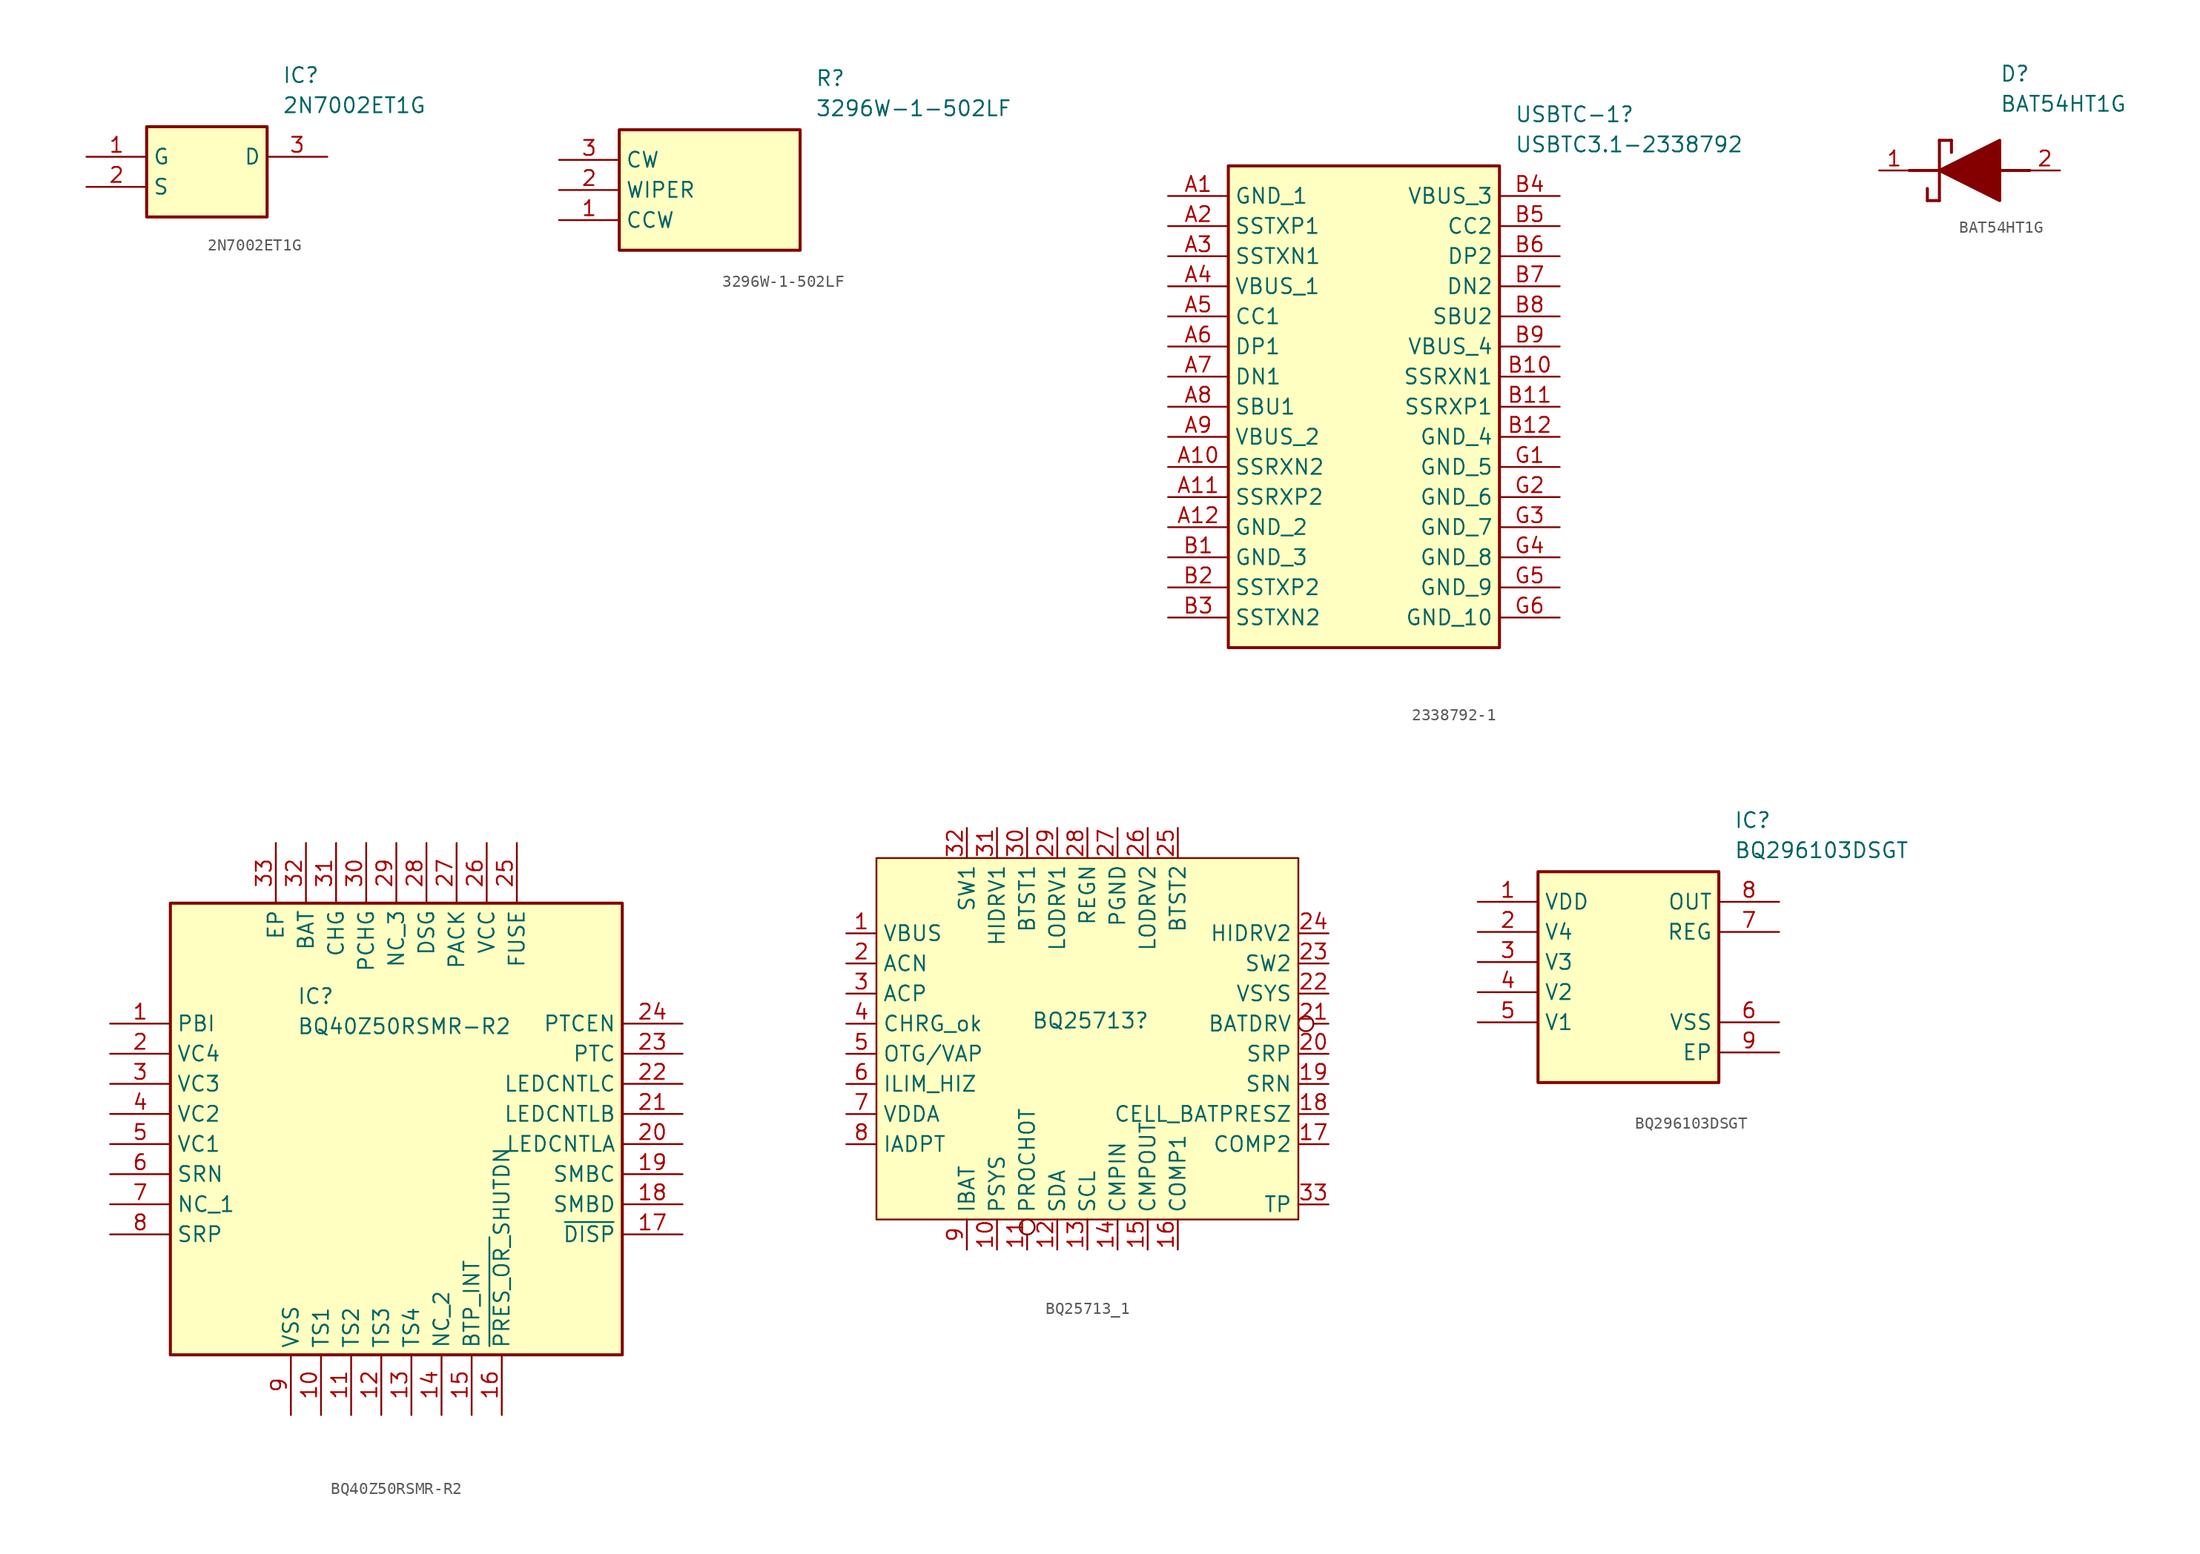
<source format=kicad_sym>
(kicad_symbol_lib
  (version 20241209)
  (generator "kicad_symbol_editor")
  (generator_version "9.0")
  (symbol "2N7002ET1G"
    (property "Reference" "IC"
      (at 16.51 7.62 0)
      (effects (font (size 1.27 1.27)) (justify left top)))
    (property "Value" "2N7002ET1G"
      (at 16.51 5.08 0)
      (effects (font (size 1.27 1.27)) (justify left top)))
    (symbol "2N7002ET1G_1_1"
      (rectangle (start 5.08 2.54) (end 15.24 -5.08) (stroke (width 0.254) (type default)) (fill (type background)))
      (pin passive line (at 0 0 0) (length 5.08) (name "G" (effects (font (size 1.27 1.27)))) (number "1" (effects (font (size 1.27 1.27)))))
      (pin passive line (at 0 -2.54 0) (length 5.08) (name "S" (effects (font (size 1.27 1.27)))) (number "2" (effects (font (size 1.27 1.27)))))
      (pin passive line (at 20.32 0 180) (length 5.08) (name "D" (effects (font (size 1.27 1.27)))) (number "3" (effects (font (size 1.27 1.27)))))))
  (symbol "3296W-1-502LF"
    (property "Reference" "R"
      (at 21.59 7.62 0)
      (effects (font (size 1.27 1.27)) (justify left top)))
    (property "Value" "3296W-1-502LF"
      (at 21.59 5.08 0)
      (effects (font (size 1.27 1.27)) (justify left top)))
    (symbol "3296W-1-502LF_1_1"
      (rectangle (start 5.08 2.54) (end 20.32 -7.62) (stroke (width 0.254) (type default)) (fill (type background)))
      (pin passive line (at 0 0 0) (length 5.08) (name "CW" (effects (font (size 1.27 1.27)))) (number "3" (effects (font (size 1.27 1.27)))))
      (pin passive line (at 0 -2.54 0) (length 5.08) (name "WIPER" (effects (font (size 1.27 1.27)))) (number "2" (effects (font (size 1.27 1.27)))))
      (pin passive line (at 0 -5.08 0) (length 5.08) (name "CCW" (effects (font (size 1.27 1.27)))) (number "1" (effects (font (size 1.27 1.27)))))))
  (symbol "2338792-1"
    (property "Reference" "USBTC-1"
      (at 29.21 7.62 0)
      (effects (font (size 1.27 1.27)) (justify left top)))
    (property "Value" "USBTC3.1-2338792"
      (at 29.21 5.08 0)
      (effects (font (size 1.27 1.27)) (justify left top)))
    (symbol "2338792-1_1_1"
      (rectangle (start 5.08 2.54) (end 27.94 -38.1) (stroke (width 0.254) (type default)) (fill (type background)))
      (pin passive line (at 0 0 0) (length 5.08) (name "GND_1" (effects (font (size 1.27 1.27)))) (number "A1" (effects (font (size 1.27 1.27)))))
      (pin passive line (at 0 -2.54 0) (length 5.08) (name "SSTXP1" (effects (font (size 1.27 1.27)))) (number "A2" (effects (font (size 1.27 1.27)))))
      (pin passive line (at 0 -5.08 0) (length 5.08) (name "SSTXN1" (effects (font (size 1.27 1.27)))) (number "A3" (effects (font (size 1.27 1.27)))))
      (pin passive line (at 0 -7.62 0) (length 5.08) (name "VBUS_1" (effects (font (size 1.27 1.27)))) (number "A4" (effects (font (size 1.27 1.27)))))
      (pin passive line (at 0 -10.16 0) (length 5.08) (name "CC1" (effects (font (size 1.27 1.27)))) (number "A5" (effects (font (size 1.27 1.27)))))
      (pin passive line (at 0 -12.7 0) (length 5.08) (name "DP1" (effects (font (size 1.27 1.27)))) (number "A6" (effects (font (size 1.27 1.27)))))
      (pin passive line (at 0 -15.24 0) (length 5.08) (name "DN1" (effects (font (size 1.27 1.27)))) (number "A7" (effects (font (size 1.27 1.27)))))
      (pin passive line (at 0 -17.78 0) (length 5.08) (name "SBU1" (effects (font (size 1.27 1.27)))) (number "A8" (effects (font (size 1.27 1.27)))))
      (pin passive line (at 0 -20.32 0) (length 5.08) (name "VBUS_2" (effects (font (size 1.27 1.27)))) (number "A9" (effects (font (size 1.27 1.27)))))
      (pin passive line (at 0 -22.86 0) (length 5.08) (name "SSRXN2" (effects (font (size 1.27 1.27)))) (number "A10" (effects (font (size 1.27 1.27)))))
      (pin passive line (at 0 -25.4 0) (length 5.08) (name "SSRXP2" (effects (font (size 1.27 1.27)))) (number "A11" (effects (font (size 1.27 1.27)))))
      (pin passive line (at 0 -27.94 0) (length 5.08) (name "GND_2" (effects (font (size 1.27 1.27)))) (number "A12" (effects (font (size 1.27 1.27)))))
      (pin passive line (at 0 -30.48 0) (length 5.08) (name "GND_3" (effects (font (size 1.27 1.27)))) (number "B1" (effects (font (size 1.27 1.27)))))
      (pin passive line (at 0 -33.02 0) (length 5.08) (name "SSTXP2" (effects (font (size 1.27 1.27)))) (number "B2" (effects (font (size 1.27 1.27)))))
      (pin passive line (at 0 -35.56 0) (length 5.08) (name "SSTXN2" (effects (font (size 1.27 1.27)))) (number "B3" (effects (font (size 1.27 1.27)))))
      (pin passive line (at 33.02 0 180) (length 5.08) (name "VBUS_3" (effects (font (size 1.27 1.27)))) (number "B4" (effects (font (size 1.27 1.27)))))
      (pin passive line (at 33.02 -2.54 180) (length 5.08) (name "CC2" (effects (font (size 1.27 1.27)))) (number "B5" (effects (font (size 1.27 1.27)))))
      (pin passive line (at 33.02 -5.08 180) (length 5.08) (name "DP2" (effects (font (size 1.27 1.27)))) (number "B6" (effects (font (size 1.27 1.27)))))
      (pin passive line (at 33.02 -7.62 180) (length 5.08) (name "DN2" (effects (font (size 1.27 1.27)))) (number "B7" (effects (font (size 1.27 1.27)))))
      (pin passive line (at 33.02 -10.16 180) (length 5.08) (name "SBU2" (effects (font (size 1.27 1.27)))) (number "B8" (effects (font (size 1.27 1.27)))))
      (pin passive line (at 33.02 -12.7 180) (length 5.08) (name "VBUS_4" (effects (font (size 1.27 1.27)))) (number "B9" (effects (font (size 1.27 1.27)))))
      (pin passive line (at 33.02 -15.24 180) (length 5.08) (name "SSRXN1" (effects (font (size 1.27 1.27)))) (number "B10" (effects (font (size 1.27 1.27)))))
      (pin passive line (at 33.02 -17.78 180) (length 5.08) (name "SSRXP1" (effects (font (size 1.27 1.27)))) (number "B11" (effects (font (size 1.27 1.27)))))
      (pin passive line (at 33.02 -20.32 180) (length 5.08) (name "GND_4" (effects (font (size 1.27 1.27)))) (number "B12" (effects (font (size 1.27 1.27)))))
      (pin passive line (at 33.02 -22.86 180) (length 5.08) (name "GND_5" (effects (font (size 1.27 1.27)))) (number "G1" (effects (font (size 1.27 1.27)))))
      (pin passive line (at 33.02 -25.4 180) (length 5.08) (name "GND_6" (effects (font (size 1.27 1.27)))) (number "G2" (effects (font (size 1.27 1.27)))))
      (pin passive line (at 33.02 -27.94 180) (length 5.08) (name "GND_7" (effects (font (size 1.27 1.27)))) (number "G3" (effects (font (size 1.27 1.27)))))
      (pin passive line (at 33.02 -30.48 180) (length 5.08) (name "GND_8" (effects (font (size 1.27 1.27)))) (number "G4" (effects (font (size 1.27 1.27)))))
      (pin passive line (at 33.02 -33.02 180) (length 5.08) (name "GND_9" (effects (font (size 1.27 1.27)))) (number "G5" (effects (font (size 1.27 1.27)))))
      (pin passive line (at 33.02 -35.56 180) (length 5.08) (name "GND_10" (effects (font (size 1.27 1.27)))) (number "G6" (effects (font (size 1.27 1.27)))))))
  (symbol "BAT54HT1G"
    (pin_names
      (hide yes))
    (property "Reference" "D"
      (at 12.7 8.89 0)
      (effects (font (size 1.27 1.27)) (justify left top)))
    (property "Value" "BAT54HT1G"
      (at 12.7 6.35 0)
      (effects (font (size 1.27 1.27)) (justify left top)))
    (symbol "BAT54HT1G_1_1"
      (polyline (pts (xy 5.08 0) (xy 7.62 0)) (stroke (width 0.254) (type default)) (fill (type none)))
      (polyline (pts (xy 6.604 -1.524) (xy 6.604 -2.54)) (stroke (width 0.254) (type default)) (fill (type none)))
      (polyline (pts (xy 7.62 2.54) (xy 7.62 -2.54)) (stroke (width 0.254) (type default)) (fill (type none)))
      (polyline (pts (xy 7.62 2.54) (xy 8.636 2.54)) (stroke (width 0.254) (type default)) (fill (type none)))
      (polyline (pts (xy 7.62 0) (xy 12.7 2.54) (xy 12.7 -2.54) (xy 7.62 0)) (stroke (width 0.254) (type default)) (fill (type outline)))
      (polyline (pts (xy 7.62 -2.54) (xy 6.604 -2.54)) (stroke (width 0.254) (type default)) (fill (type none)))
      (polyline (pts (xy 8.636 1.524) (xy 8.636 2.54)) (stroke (width 0.254) (type default)) (fill (type none)))
      (polyline (pts (xy 12.7 0) (xy 15.24 0)) (stroke (width 0.254) (type default)) (fill (type none)))
      (pin passive line (at 2.54 0 0) (length 2.54) (name "K" (effects (font (size 1.27 1.27)))) (number "1" (effects (font (size 1.27 1.27)))))
      (pin passive line (at 17.78 0 180) (length 2.54) (name "A" (effects (font (size 1.27 1.27)))) (number "2" (effects (font (size 1.27 1.27)))))))
  (symbol "BQ40Z50RSMR-R2"
    (property "Reference" "IC"
      (at -8.382 10.668 0)
      (effects (font (size 1.27 1.27)) (justify left top)))
    (property "Value" "BQ40Z50RSMR-R2"
      (at -8.382 8.128 0)
      (effects (font (size 1.27 1.27)) (justify left top)))
    (symbol "BQ40Z50RSMR-R2_1_1"
      (rectangle (start -19.05 17.78) (end 19.05 -20.32) (stroke (width 0.254) (type default)) (fill (type background)))
      (pin passive line (at -24.13 7.62 0) (length 5.08) (name "PBI" (effects (font (size 1.27 1.27)))) (number "1" (effects (font (size 1.27 1.27)))))
      (pin passive line (at -24.13 5.08 0) (length 5.08) (name "VC4" (effects (font (size 1.27 1.27)))) (number "2" (effects (font (size 1.27 1.27)))))
      (pin passive line (at -24.13 2.54 0) (length 5.08) (name "VC3" (effects (font (size 1.27 1.27)))) (number "3" (effects (font (size 1.27 1.27)))))
      (pin passive line (at -24.13 0 0) (length 5.08) (name "VC2" (effects (font (size 1.27 1.27)))) (number "4" (effects (font (size 1.27 1.27)))))
      (pin passive line (at -24.13 -2.54 0) (length 5.08) (name "VC1" (effects (font (size 1.27 1.27)))) (number "5" (effects (font (size 1.27 1.27)))))
      (pin passive line (at -24.13 -5.08 0) (length 5.08) (name "SRN" (effects (font (size 1.27 1.27)))) (number "6" (effects (font (size 1.27 1.27)))))
      (pin passive line (at -24.13 -7.62 0) (length 5.08) (name "NC_1" (effects (font (size 1.27 1.27)))) (number "7" (effects (font (size 1.27 1.27)))))
      (pin passive line (at -24.13 -10.16 0) (length 5.08) (name "SRP" (effects (font (size 1.27 1.27)))) (number "8" (effects (font (size 1.27 1.27)))))
      (pin passive line (at -10.16 22.86 270) (length 5.08) (name "EP" (effects (font (size 1.27 1.27)))) (number "33" (effects (font (size 1.27 1.27)))))
      (pin passive line (at -8.89 -25.4 90) (length 5.08) (name "VSS" (effects (font (size 1.27 1.27)))) (number "9" (effects (font (size 1.27 1.27)))))
      (pin passive line (at -7.62 22.86 270) (length 5.08) (name "BAT" (effects (font (size 1.27 1.27)))) (number "32" (effects (font (size 1.27 1.27)))))
      (pin passive line (at -6.35 -25.4 90) (length 5.08) (name "TS1" (effects (font (size 1.27 1.27)))) (number "10" (effects (font (size 1.27 1.27)))))
      (pin passive line (at -5.08 22.86 270) (length 5.08) (name "CHG" (effects (font (size 1.27 1.27)))) (number "31" (effects (font (size 1.27 1.27)))))
      (pin passive line (at -3.81 -25.4 90) (length 5.08) (name "TS2" (effects (font (size 1.27 1.27)))) (number "11" (effects (font (size 1.27 1.27)))))
      (pin passive line (at -2.54 22.86 270) (length 5.08) (name "PCHG" (effects (font (size 1.27 1.27)))) (number "30" (effects (font (size 1.27 1.27)))))
      (pin passive line (at -1.27 -25.4 90) (length 5.08) (name "TS3" (effects (font (size 1.27 1.27)))) (number "12" (effects (font (size 1.27 1.27)))))
      (pin passive line (at 0 22.86 270) (length 5.08) (name "NC_3" (effects (font (size 1.27 1.27)))) (number "29" (effects (font (size 1.27 1.27)))))
      (pin passive line (at 1.27 -25.4 90) (length 5.08) (name "TS4" (effects (font (size 1.27 1.27)))) (number "13" (effects (font (size 1.27 1.27)))))
      (pin passive line (at 2.54 22.86 270) (length 5.08) (name "DSG" (effects (font (size 1.27 1.27)))) (number "28" (effects (font (size 1.27 1.27)))))
      (pin passive line (at 3.81 -25.4 90) (length 5.08) (name "NC_2" (effects (font (size 1.27 1.27)))) (number "14" (effects (font (size 1.27 1.27)))))
      (pin passive line (at 5.08 22.86 270) (length 5.08) (name "PACK" (effects (font (size 1.27 1.27)))) (number "27" (effects (font (size 1.27 1.27)))))
      (pin passive line (at 6.35 -25.4 90) (length 5.08) (name "BTP_INT" (effects (font (size 1.27 1.27)))) (number "15" (effects (font (size 1.27 1.27)))))
      (pin passive line (at 7.62 22.86 270) (length 5.08) (name "VCC" (effects (font (size 1.27 1.27)))) (number "26" (effects (font (size 1.27 1.27)))))
      (pin passive line (at 8.89 -25.4 90) (length 5.08) (name "~{PRES_OR_}SHUTDN" (effects (font (size 1.27 1.27)))) (number "16" (effects (font (size 1.27 1.27)))))
      (pin passive line (at 10.16 22.86 270) (length 5.08) (name "FUSE" (effects (font (size 1.27 1.27)))) (number "25" (effects (font (size 1.27 1.27)))))
      (pin passive line (at 24.13 7.62 180) (length 5.08) (name "PTCEN" (effects (font (size 1.27 1.27)))) (number "24" (effects (font (size 1.27 1.27)))))
      (pin passive line (at 24.13 5.08 180) (length 5.08) (name "PTC" (effects (font (size 1.27 1.27)))) (number "23" (effects (font (size 1.27 1.27)))))
      (pin passive line (at 24.13 2.54 180) (length 5.08) (name "LEDCNTLC" (effects (font (size 1.27 1.27)))) (number "22" (effects (font (size 1.27 1.27)))))
      (pin passive line (at 24.13 0 180) (length 5.08) (name "LEDCNTLB" (effects (font (size 1.27 1.27)))) (number "21" (effects (font (size 1.27 1.27)))))
      (pin passive line (at 24.13 -2.54 180) (length 5.08) (name "LEDCNTLA" (effects (font (size 1.27 1.27)))) (number "20" (effects (font (size 1.27 1.27)))))
      (pin passive line (at 24.13 -5.08 180) (length 5.08) (name "SMBC" (effects (font (size 1.27 1.27)))) (number "19" (effects (font (size 1.27 1.27)))))
      (pin passive line (at 24.13 -7.62 180) (length 5.08) (name "SMBD" (effects (font (size 1.27 1.27)))) (number "18" (effects (font (size 1.27 1.27)))))
      (pin passive line (at 24.13 -10.16 180) (length 5.08) (name "~{DISP}" (effects (font (size 1.27 1.27)))) (number "17" (effects (font (size 1.27 1.27)))))))
  (symbol "BQ25713_1"
    (property "Reference" "BQ25713"
      (at 1.524 1.524 0)
      (effects (font (size 1.27 1.27))))
    (property "Value" ""
      (at 0 0 0)
      (effects (font (size 1.27 1.27))))
    (symbol "BQ25713_1_1_1"
      (rectangle (start -16.51 15.24) (end 19.05 -15.24) (stroke (width 0) (type solid)) (fill (type background)))
      (pin input line (at -19.05 8.89 0) (length 2.54) (name "VBUS" (effects (font (size 1.27 1.27)))) (number "1" (effects (font (size 1.27 1.27)))))
      (pin input line (at -19.05 6.35 0) (length 2.54) (name "ACN" (effects (font (size 1.27 1.27)))) (number "2" (effects (font (size 1.27 1.27)))))
      (pin input line (at -19.05 3.81 0) (length 2.54) (name "ACP" (effects (font (size 1.27 1.27)))) (number "3" (effects (font (size 1.27 1.27)))))
      (pin input line (at -19.05 1.27 0) (length 2.54) (name "CHRG_ok" (effects (font (size 1.27 1.27)))) (number "4" (effects (font (size 1.27 1.27)))))
      (pin input line (at -19.05 -1.27 0) (length 2.54) (name "OTG/VAP" (effects (font (size 1.27 1.27)))) (number "5" (effects (font (size 1.27 1.27)))))
      (pin input line (at -19.05 -3.81 0) (length 2.54) (name "ILIM_HIZ" (effects (font (size 1.27 1.27)))) (number "6" (effects (font (size 1.27 1.27)))))
      (pin input line (at -19.05 -6.35 0) (length 2.54) (name "VDDA" (effects (font (size 1.27 1.27)))) (number "7" (effects (font (size 1.27 1.27)))))
      (pin input line (at -19.05 -8.89 0) (length 2.54) (name "IADPT" (effects (font (size 1.27 1.27)))) (number "8" (effects (font (size 1.27 1.27)))))
      (pin input line (at -8.89 17.78 270) (length 2.54) (name "SW1" (effects (font (size 1.27 1.27)))) (number "32" (effects (font (size 1.27 1.27)))))
      (pin input line (at -8.89 -17.78 90) (length 2.54) (name "IBAT" (effects (font (size 1.27 1.27)))) (number "9" (effects (font (size 1.27 1.27)))))
      (pin input line (at -6.35 17.78 270) (length 2.54) (name "HIDRV1" (effects (font (size 1.27 1.27)))) (number "31" (effects (font (size 1.27 1.27)))))
      (pin input line (at -6.35 -17.78 90) (length 2.54) (name "PSYS" (effects (font (size 1.27 1.27)))) (number "10" (effects (font (size 1.27 1.27)))))
      (pin input line (at -3.81 17.78 270) (length 2.54) (name "BTST1" (effects (font (size 1.27 1.27)))) (number "30" (effects (font (size 1.27 1.27)))))
      (pin input inverted (at -3.81 -17.78 90) (length 2.54) (name "PROCHOT" (effects (font (size 1.27 1.27)))) (number "11" (effects (font (size 1.27 1.27)))))
      (pin input line (at -1.27 17.78 270) (length 2.54) (name "LODRV1" (effects (font (size 1.27 1.27)))) (number "29" (effects (font (size 1.27 1.27)))))
      (pin input line (at -1.27 -17.78 90) (length 2.54) (name "SDA" (effects (font (size 1.27 1.27)))) (number "12" (effects (font (size 1.27 1.27)))))
      (pin input line (at 1.27 17.78 270) (length 2.54) (name "REGN" (effects (font (size 1.27 1.27)))) (number "28" (effects (font (size 1.27 1.27)))))
      (pin input line (at 1.27 -17.78 90) (length 2.54) (name "SCL" (effects (font (size 1.27 1.27)))) (number "13" (effects (font (size 1.27 1.27)))))
      (pin input line (at 3.81 17.78 270) (length 2.54) (name "PGND" (effects (font (size 1.27 1.27)))) (number "27" (effects (font (size 1.27 1.27)))))
      (pin input line (at 3.81 -17.78 90) (length 2.54) (name "CMPIN" (effects (font (size 1.27 1.27)))) (number "14" (effects (font (size 1.27 1.27)))))
      (pin input line (at 6.35 17.78 270) (length 2.54) (name "LODRV2" (effects (font (size 1.27 1.27)))) (number "26" (effects (font (size 1.27 1.27)))))
      (pin input line (at 6.35 -17.78 90) (length 2.54) (name "CMPOUT" (effects (font (size 1.27 1.27)))) (number "15" (effects (font (size 1.27 1.27)))))
      (pin input line (at 8.89 17.78 270) (length 2.54) (name "BTST2" (effects (font (size 1.27 1.27)))) (number "25" (effects (font (size 1.27 1.27)))))
      (pin input line (at 8.89 -17.78 90) (length 2.54) (name "COMP1" (effects (font (size 1.27 1.27)))) (number "16" (effects (font (size 1.27 1.27)))))
      (pin input line (at 21.59 8.89 180) (length 2.54) (name "HIDRV2" (effects (font (size 1.27 1.27)))) (number "24" (effects (font (size 1.27 1.27)))))
      (pin input line (at 21.59 6.35 180) (length 2.54) (name "SW2" (effects (font (size 1.27 1.27)))) (number "23" (effects (font (size 1.27 1.27)))))
      (pin input line (at 21.59 3.81 180) (length 2.54) (name "VSYS" (effects (font (size 1.27 1.27)))) (number "22" (effects (font (size 1.27 1.27)))))
      (pin input inverted (at 21.59 1.27 180) (length 2.54) (name "BATDRV" (effects (font (size 1.27 1.27)))) (number "21" (effects (font (size 1.27 1.27)))))
      (pin input line (at 21.59 -1.27 180) (length 2.54) (name "SRP" (effects (font (size 1.27 1.27)))) (number "20" (effects (font (size 1.27 1.27)))))
      (pin input line (at 21.59 -3.81 180) (length 2.54) (name "SRN" (effects (font (size 1.27 1.27)))) (number "19" (effects (font (size 1.27 1.27)))))
      (pin input line (at 21.59 -6.35 180) (length 2.54) (name "CELL_BATPRESZ" (effects (font (size 1.27 1.27)))) (number "18" (effects (font (size 1.27 1.27)))))
      (pin input line (at 21.59 -8.89 180) (length 2.54) (name "COMP2" (effects (font (size 1.27 1.27)))) (number "17" (effects (font (size 1.27 1.27)))))
      (pin input line (at 21.59 -13.97 180) (length 2.54) (name "TP" (effects (font (size 1.27 1.27)))) (number "33" (effects (font (size 1.27 1.27)))))))
  (symbol "BQ296103DSGT"
    (property "Reference" "IC"
      (at 21.59 7.62 0)
      (effects (font (size 1.27 1.27)) (justify left top)))
    (property "Value" "BQ296103DSGT"
      (at 21.59 5.08 0)
      (effects (font (size 1.27 1.27)) (justify left top)))
    (symbol "BQ296103DSGT_1_1"
      (rectangle (start 5.08 2.54) (end 20.32 -15.24) (stroke (width 0.254) (type default)) (fill (type background)))
      (pin passive line (at 0 0 0) (length 5.08) (name "VDD" (effects (font (size 1.27 1.27)))) (number "1" (effects (font (size 1.27 1.27)))))
      (pin passive line (at 0 -2.54 0) (length 5.08) (name "V4" (effects (font (size 1.27 1.27)))) (number "2" (effects (font (size 1.27 1.27)))))
      (pin passive line (at 0 -5.08 0) (length 5.08) (name "V3" (effects (font (size 1.27 1.27)))) (number "3" (effects (font (size 1.27 1.27)))))
      (pin passive line (at 0 -7.62 0) (length 5.08) (name "V2" (effects (font (size 1.27 1.27)))) (number "4" (effects (font (size 1.27 1.27)))))
      (pin passive line (at 0 -10.16 0) (length 5.08) (name "V1" (effects (font (size 1.27 1.27)))) (number "5" (effects (font (size 1.27 1.27)))))
      (pin passive line (at 25.4 0 180) (length 5.08) (name "OUT" (effects (font (size 1.27 1.27)))) (number "8" (effects (font (size 1.27 1.27)))))
      (pin passive line (at 25.4 -2.54 180) (length 5.08) (name "REG" (effects (font (size 1.27 1.27)))) (number "7" (effects (font (size 1.27 1.27)))))
      (pin passive line (at 25.4 -10.16 180) (length 5.08) (name "VSS" (effects (font (size 1.27 1.27)))) (number "6" (effects (font (size 1.27 1.27)))))
      (pin passive line (at 25.4 -12.7 180) (length 5.08) (name "EP" (effects (font (size 1.27 1.27)))) (number "9" (effects (font (size 1.27 1.27))))))))
</source>
